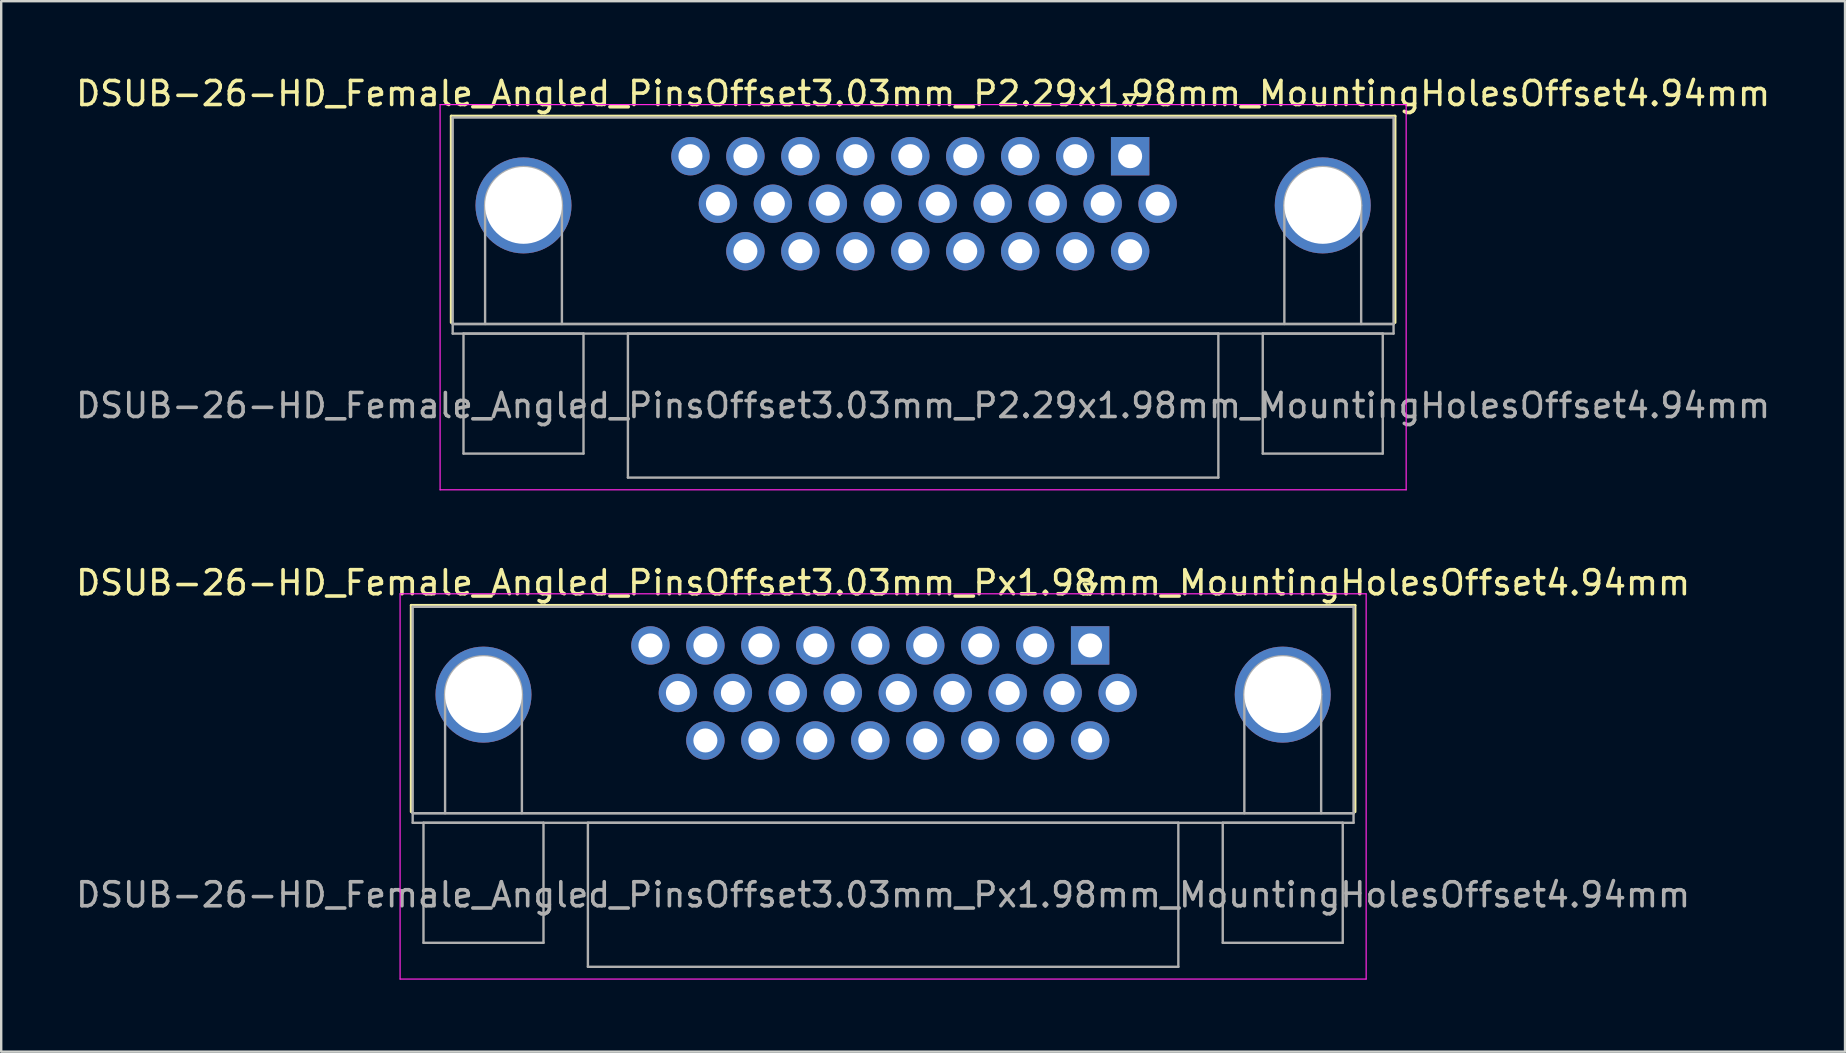
<source format=kicad_pcb>
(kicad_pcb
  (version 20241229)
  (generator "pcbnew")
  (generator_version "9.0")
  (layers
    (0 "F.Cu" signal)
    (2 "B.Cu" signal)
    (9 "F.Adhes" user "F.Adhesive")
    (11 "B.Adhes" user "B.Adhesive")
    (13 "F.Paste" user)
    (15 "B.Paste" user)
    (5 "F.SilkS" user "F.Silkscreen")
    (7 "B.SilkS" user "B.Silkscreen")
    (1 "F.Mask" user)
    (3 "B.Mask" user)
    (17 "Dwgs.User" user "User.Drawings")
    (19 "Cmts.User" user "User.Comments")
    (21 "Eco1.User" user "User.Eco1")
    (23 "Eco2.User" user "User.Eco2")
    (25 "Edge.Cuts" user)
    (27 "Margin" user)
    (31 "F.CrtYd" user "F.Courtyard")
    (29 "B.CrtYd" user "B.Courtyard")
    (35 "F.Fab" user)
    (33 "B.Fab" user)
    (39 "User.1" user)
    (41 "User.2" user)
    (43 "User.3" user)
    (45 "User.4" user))
  (footprint "DSUB-26-HD_Female_Angled_PinsOffset3.03mm_Px1.98mm_MountingHolesOffset4.94mm"
    (layer "F.Cu")
    (at 42.369 23.841)
    (property "Reference" "DSUB-26-HD_Female_Angled_PinsOffset3.03mm_Px1.98mm_MountingHolesOffset4.94mm" (at -8.625 -2.61 0) (layer "F.SilkS") (effects (font (size 1 1) (thickness 0.15))))
    (attr through_hole)
    (fp_line (start -28.285 -1.67) (end 11.035 -1.67) (stroke (width 0.12) (type solid)) (layer "F.SilkS"))
    (fp_line (start -28.285 6.93) (end -28.285 -1.67) (stroke (width 0.12) (type solid)) (layer "F.SilkS"))
    (fp_line (start -0.25 -2.564) (end 0.25 -2.564) (stroke (width 0.12) (type solid)) (layer "F.SilkS"))
    (fp_line (start 0 -2.131) (end -0.25 -2.564) (stroke (width 0.12) (type solid)) (layer "F.SilkS"))
    (fp_line (start 0.25 -2.564) (end 0 -2.131) (stroke (width 0.12) (type solid)) (layer "F.SilkS"))
    (fp_line (start 11.035 -1.67) (end 11.035 6.93) (stroke (width 0.12) (type solid)) (layer "F.SilkS"))
    (fp_line (start -28.75 -2.15) (end -28.75 13.9) (stroke (width 0.05) (type solid)) (layer "F.CrtYd"))
    (fp_line (start -28.75 13.9) (end 11.5 13.9) (stroke (width 0.05) (type solid)) (layer "F.CrtYd"))
    (fp_line (start 11.5 -2.15) (end -28.75 -2.15) (stroke (width 0.05) (type solid)) (layer "F.CrtYd"))
    (fp_line (start 11.5 13.9) (end 11.5 -2.15) (stroke (width 0.05) (type solid)) (layer "F.CrtYd"))
    (fp_line (start -28.225 -1.61) (end -28.225 6.99) (stroke (width 0.1) (type solid)) (layer "F.Fab"))
    (fp_line (start -28.225 6.99) (end -28.225 7.39) (stroke (width 0.1) (type solid)) (layer "F.Fab"))
    (fp_line (start -28.225 6.99) (end 10.975 6.99) (stroke (width 0.1) (type solid)) (layer "F.Fab"))
    (fp_line (start -28.225 7.39) (end 10.975 7.39) (stroke (width 0.1) (type solid)) (layer "F.Fab"))
    (fp_line (start -27.775 7.39) (end -27.775 12.39) (stroke (width 0.1) (type solid)) (layer "F.Fab"))
    (fp_line (start -27.775 12.39) (end -22.775 12.39) (stroke (width 0.1) (type solid)) (layer "F.Fab"))
    (fp_line (start -26.875 6.99) (end -26.875 2.05) (stroke (width 0.1) (type solid)) (layer "F.Fab"))
    (fp_line (start -23.675 6.99) (end -23.675 2.05) (stroke (width 0.1) (type solid)) (layer "F.Fab"))
    (fp_line (start -22.775 7.39) (end -27.775 7.39) (stroke (width 0.1) (type solid)) (layer "F.Fab"))
    (fp_line (start -22.775 12.39) (end -22.775 7.39) (stroke (width 0.1) (type solid)) (layer "F.Fab"))
    (fp_line (start -20.925 7.39) (end -20.925 13.39) (stroke (width 0.1) (type solid)) (layer "F.Fab"))
    (fp_line (start -20.925 13.39) (end 3.675 13.39) (stroke (width 0.1) (type solid)) (layer "F.Fab"))
    (fp_line (start 3.675 7.39) (end -20.925 7.39) (stroke (width 0.1) (type solid)) (layer "F.Fab"))
    (fp_line (start 3.675 13.39) (end 3.675 7.39) (stroke (width 0.1) (type solid)) (layer "F.Fab"))
    (fp_line (start 5.525 7.39) (end 5.525 12.39) (stroke (width 0.1) (type solid)) (layer "F.Fab"))
    (fp_line (start 5.525 12.39) (end 10.525 12.39) (stroke (width 0.1) (type solid)) (layer "F.Fab"))
    (fp_line (start 6.425 6.99) (end 6.425 2.05) (stroke (width 0.1) (type solid)) (layer "F.Fab"))
    (fp_line (start 9.625 6.99) (end 9.625 2.05) (stroke (width 0.1) (type solid)) (layer "F.Fab"))
    (fp_line (start 10.525 7.39) (end 5.525 7.39) (stroke (width 0.1) (type solid)) (layer "F.Fab"))
    (fp_line (start 10.525 12.39) (end 10.525 7.39) (stroke (width 0.1) (type solid)) (layer "F.Fab"))
    (fp_line (start 10.975 -1.61) (end -28.225 -1.61) (stroke (width 0.1) (type solid)) (layer "F.Fab"))
    (fp_line (start 10.975 6.99) (end -28.225 6.99) (stroke (width 0.1) (type solid)) (layer "F.Fab"))
    (fp_line (start 10.975 6.99) (end 10.975 -1.61) (stroke (width 0.1) (type solid)) (layer "F.Fab"))
    (fp_line (start 10.975 7.39) (end 10.975 6.99) (stroke (width 0.1) (type solid)) (layer "F.Fab"))
    (fp_arc (start -26.875 2.05) (mid -25.275 0.45) (end -23.675 2.05) (stroke (width 0.1) (type solid)) (layer "F.Fab"))
    (fp_arc (start 6.425 2.05) (mid 8.025 0.45) (end 9.625 2.05) (stroke (width 0.1) (type solid)) (layer "F.Fab"))
    (fp_text user "${REFERENCE}" (at -8.625 10.39 0) (layer "F.Fab") (effects (font (size 1 1) (thickness 0.15))))
    (pad "0" thru_hole circle (at -25.275 2.05) (size 4 4) (drill 3.2) (layers "*.Cu" "*.Mask"))
    (pad "0" thru_hole circle (at 8.025 2.05) (size 4 4) (drill 3.2) (layers "*.Cu" "*.Mask"))
    (pad "1" thru_hole rect (at 0 0) (size 1.6 1.6) (drill 1) (layers "*.Cu" "*.Mask"))
    (pad "2" thru_hole circle (at -2.29 0) (size 1.6 1.6) (drill 1) (layers "*.Cu" "*.Mask"))
    (pad "3" thru_hole circle (at -4.58 0) (size 1.6 1.6) (drill 1) (layers "*.Cu" "*.Mask"))
    (pad "4" thru_hole circle (at -6.87 0) (size 1.6 1.6) (drill 1) (layers "*.Cu" "*.Mask"))
    (pad "5" thru_hole circle (at -9.16 0) (size 1.6 1.6) (drill 1) (layers "*.Cu" "*.Mask"))
    (pad "6" thru_hole circle (at -11.45 0) (size 1.6 1.6) (drill 1) (layers "*.Cu" "*.Mask"))
    (pad "7" thru_hole circle (at -13.74 0) (size 1.6 1.6) (drill 1) (layers "*.Cu" "*.Mask"))
    (pad "8" thru_hole circle (at -16.03 0) (size 1.6 1.6) (drill 1) (layers "*.Cu" "*.Mask"))
    (pad "9" thru_hole circle (at -18.32 0) (size 1.6 1.6) (drill 1) (layers "*.Cu" "*.Mask"))
    (pad "10" thru_hole circle (at 1.145 1.98) (size 1.6 1.6) (drill 1) (layers "*.Cu" "*.Mask"))
    (pad "11" thru_hole circle (at -1.145 1.98) (size 1.6 1.6) (drill 1) (layers "*.Cu" "*.Mask"))
    (pad "12" thru_hole circle (at -3.435 1.98) (size 1.6 1.6) (drill 1) (layers "*.Cu" "*.Mask"))
    (pad "13" thru_hole circle (at -5.725 1.98) (size 1.6 1.6) (drill 1) (layers "*.Cu" "*.Mask"))
    (pad "14" thru_hole circle (at -8.015 1.98) (size 1.6 1.6) (drill 1) (layers "*.Cu" "*.Mask"))
    (pad "15" thru_hole circle (at -10.305 1.98) (size 1.6 1.6) (drill 1) (layers "*.Cu" "*.Mask"))
    (pad "16" thru_hole circle (at -12.595 1.98) (size 1.6 1.6) (drill 1) (layers "*.Cu" "*.Mask"))
    (pad "17" thru_hole circle (at -14.885 1.98) (size 1.6 1.6) (drill 1) (layers "*.Cu" "*.Mask"))
    (pad "18" thru_hole circle (at -17.175 1.98) (size 1.6 1.6) (drill 1) (layers "*.Cu" "*.Mask"))
    (pad "19" thru_hole circle (at 0 3.96) (size 1.6 1.6) (drill 1) (layers "*.Cu" "*.Mask"))
    (pad "20" thru_hole circle (at -2.29 3.96) (size 1.6 1.6) (drill 1) (layers "*.Cu" "*.Mask"))
    (pad "21" thru_hole circle (at -4.58 3.96) (size 1.6 1.6) (drill 1) (layers "*.Cu" "*.Mask"))
    (pad "22" thru_hole circle (at -6.87 3.96) (size 1.6 1.6) (drill 1) (layers "*.Cu" "*.Mask"))
    (pad "23" thru_hole circle (at -9.16 3.96) (size 1.6 1.6) (drill 1) (layers "*.Cu" "*.Mask"))
    (pad "24" thru_hole circle (at -11.45 3.96) (size 1.6 1.6) (drill 1) (layers "*.Cu" "*.Mask"))
    (pad "25" thru_hole circle (at -13.74 3.96) (size 1.6 1.6) (drill 1) (layers "*.Cu" "*.Mask"))
    (pad "26" thru_hole circle (at -16.03 3.96) (size 1.6 1.6) (drill 1) (layers "*.Cu" "*.Mask")))
  (footprint "DSUB-26-HD_Female_Angled_PinsOffset3.03mm_P2.29x1.98mm_MountingHolesOffset4.94mm"
    (layer "F.Cu")
    (at 44.036 3.458)
    (property "Reference" "DSUB-26-HD_Female_Angled_PinsOffset3.03mm_P2.29x1.98mm_MountingHolesOffset4.94mm" (at -8.625 -2.61 0) (layer "F.SilkS") (effects (font (size 1 1) (thickness 0.15))))
    (attr through_hole)
    (fp_line (start -28.285 -1.67) (end 11.035 -1.67) (stroke (width 0.12) (type solid)) (layer "F.SilkS"))
    (fp_line (start -28.285 6.93) (end -28.285 -1.67) (stroke (width 0.12) (type solid)) (layer "F.SilkS"))
    (fp_line (start -0.25 -2.564) (end 0.25 -2.564) (stroke (width 0.12) (type solid)) (layer "F.SilkS"))
    (fp_line (start 0 -2.131) (end -0.25 -2.564) (stroke (width 0.12) (type solid)) (layer "F.SilkS"))
    (fp_line (start 0.25 -2.564) (end 0 -2.131) (stroke (width 0.12) (type solid)) (layer "F.SilkS"))
    (fp_line (start 11.035 -1.67) (end 11.035 6.93) (stroke (width 0.12) (type solid)) (layer "F.SilkS"))
    (fp_line (start -28.75 -2.15) (end -28.75 13.9) (stroke (width 0.05) (type solid)) (layer "F.CrtYd"))
    (fp_line (start -28.75 13.9) (end 11.5 13.9) (stroke (width 0.05) (type solid)) (layer "F.CrtYd"))
    (fp_line (start 11.5 -2.15) (end -28.75 -2.15) (stroke (width 0.05) (type solid)) (layer "F.CrtYd"))
    (fp_line (start 11.5 13.9) (end 11.5 -2.15) (stroke (width 0.05) (type solid)) (layer "F.CrtYd"))
    (fp_line (start -28.225 -1.61) (end -28.225 6.99) (stroke (width 0.1) (type solid)) (layer "F.Fab"))
    (fp_line (start -28.225 6.99) (end -28.225 7.39) (stroke (width 0.1) (type solid)) (layer "F.Fab"))
    (fp_line (start -28.225 6.99) (end 10.975 6.99) (stroke (width 0.1) (type solid)) (layer "F.Fab"))
    (fp_line (start -28.225 7.39) (end 10.975 7.39) (stroke (width 0.1) (type solid)) (layer "F.Fab"))
    (fp_line (start -27.775 7.39) (end -27.775 12.39) (stroke (width 0.1) (type solid)) (layer "F.Fab"))
    (fp_line (start -27.775 12.39) (end -22.775 12.39) (stroke (width 0.1) (type solid)) (layer "F.Fab"))
    (fp_line (start -26.875 6.99) (end -26.875 2.05) (stroke (width 0.1) (type solid)) (layer "F.Fab"))
    (fp_line (start -23.675 6.99) (end -23.675 2.05) (stroke (width 0.1) (type solid)) (layer "F.Fab"))
    (fp_line (start -22.775 7.39) (end -27.775 7.39) (stroke (width 0.1) (type solid)) (layer "F.Fab"))
    (fp_line (start -22.775 12.39) (end -22.775 7.39) (stroke (width 0.1) (type solid)) (layer "F.Fab"))
    (fp_line (start -20.925 7.39) (end -20.925 13.39) (stroke (width 0.1) (type solid)) (layer "F.Fab"))
    (fp_line (start -20.925 13.39) (end 3.675 13.39) (stroke (width 0.1) (type solid)) (layer "F.Fab"))
    (fp_line (start 3.675 7.39) (end -20.925 7.39) (stroke (width 0.1) (type solid)) (layer "F.Fab"))
    (fp_line (start 3.675 13.39) (end 3.675 7.39) (stroke (width 0.1) (type solid)) (layer "F.Fab"))
    (fp_line (start 5.525 7.39) (end 5.525 12.39) (stroke (width 0.1) (type solid)) (layer "F.Fab"))
    (fp_line (start 5.525 12.39) (end 10.525 12.39) (stroke (width 0.1) (type solid)) (layer "F.Fab"))
    (fp_line (start 6.425 6.99) (end 6.425 2.05) (stroke (width 0.1) (type solid)) (layer "F.Fab"))
    (fp_line (start 9.625 6.99) (end 9.625 2.05) (stroke (width 0.1) (type solid)) (layer "F.Fab"))
    (fp_line (start 10.525 7.39) (end 5.525 7.39) (stroke (width 0.1) (type solid)) (layer "F.Fab"))
    (fp_line (start 10.525 12.39) (end 10.525 7.39) (stroke (width 0.1) (type solid)) (layer "F.Fab"))
    (fp_line (start 10.975 -1.61) (end -28.225 -1.61) (stroke (width 0.1) (type solid)) (layer "F.Fab"))
    (fp_line (start 10.975 6.99) (end -28.225 6.99) (stroke (width 0.1) (type solid)) (layer "F.Fab"))
    (fp_line (start 10.975 6.99) (end 10.975 -1.61) (stroke (width 0.1) (type solid)) (layer "F.Fab"))
    (fp_line (start 10.975 7.39) (end 10.975 6.99) (stroke (width 0.1) (type solid)) (layer "F.Fab"))
    (fp_arc (start -26.875 2.05) (mid -25.275 0.45) (end -23.675 2.05) (stroke (width 0.1) (type solid)) (layer "F.Fab"))
    (fp_arc (start 6.425 2.05) (mid 8.025 0.45) (end 9.625 2.05) (stroke (width 0.1) (type solid)) (layer "F.Fab"))
    (fp_text user "${REFERENCE}" (at -8.625 10.39 0) (layer "F.Fab") (effects (font (size 1 1) (thickness 0.15))))
    (pad "0" thru_hole circle (at -25.275 2.05) (size 4 4) (drill 3.2) (layers "*.Cu" "*.Mask"))
    (pad "0" thru_hole circle (at 8.025 2.05) (size 4 4) (drill 3.2) (layers "*.Cu" "*.Mask"))
    (pad "1" thru_hole rect (at 0 0) (size 1.6 1.6) (drill 1) (layers "*.Cu" "*.Mask"))
    (pad "2" thru_hole circle (at -2.29 0) (size 1.6 1.6) (drill 1) (layers "*.Cu" "*.Mask"))
    (pad "3" thru_hole circle (at -4.58 0) (size 1.6 1.6) (drill 1) (layers "*.Cu" "*.Mask"))
    (pad "4" thru_hole circle (at -6.87 0) (size 1.6 1.6) (drill 1) (layers "*.Cu" "*.Mask"))
    (pad "5" thru_hole circle (at -9.16 0) (size 1.6 1.6) (drill 1) (layers "*.Cu" "*.Mask"))
    (pad "6" thru_hole circle (at -11.45 0) (size 1.6 1.6) (drill 1) (layers "*.Cu" "*.Mask"))
    (pad "7" thru_hole circle (at -13.74 0) (size 1.6 1.6) (drill 1) (layers "*.Cu" "*.Mask"))
    (pad "8" thru_hole circle (at -16.03 0) (size 1.6 1.6) (drill 1) (layers "*.Cu" "*.Mask"))
    (pad "9" thru_hole circle (at -18.32 0) (size 1.6 1.6) (drill 1) (layers "*.Cu" "*.Mask"))
    (pad "10" thru_hole circle (at 1.145 1.98) (size 1.6 1.6) (drill 1) (layers "*.Cu" "*.Mask"))
    (pad "11" thru_hole circle (at -1.145 1.98) (size 1.6 1.6) (drill 1) (layers "*.Cu" "*.Mask"))
    (pad "12" thru_hole circle (at -3.435 1.98) (size 1.6 1.6) (drill 1) (layers "*.Cu" "*.Mask"))
    (pad "13" thru_hole circle (at -5.725 1.98) (size 1.6 1.6) (drill 1) (layers "*.Cu" "*.Mask"))
    (pad "14" thru_hole circle (at -8.015 1.98) (size 1.6 1.6) (drill 1) (layers "*.Cu" "*.Mask"))
    (pad "15" thru_hole circle (at -10.305 1.98) (size 1.6 1.6) (drill 1) (layers "*.Cu" "*.Mask"))
    (pad "16" thru_hole circle (at -12.595 1.98) (size 1.6 1.6) (drill 1) (layers "*.Cu" "*.Mask"))
    (pad "17" thru_hole circle (at -14.885 1.98) (size 1.6 1.6) (drill 1) (layers "*.Cu" "*.Mask"))
    (pad "18" thru_hole circle (at -17.175 1.98) (size 1.6 1.6) (drill 1) (layers "*.Cu" "*.Mask"))
    (pad "19" thru_hole circle (at 0 3.96) (size 1.6 1.6) (drill 1) (layers "*.Cu" "*.Mask"))
    (pad "20" thru_hole circle (at -2.29 3.96) (size 1.6 1.6) (drill 1) (layers "*.Cu" "*.Mask"))
    (pad "21" thru_hole circle (at -4.58 3.96) (size 1.6 1.6) (drill 1) (layers "*.Cu" "*.Mask"))
    (pad "22" thru_hole circle (at -6.87 3.96) (size 1.6 1.6) (drill 1) (layers "*.Cu" "*.Mask"))
    (pad "23" thru_hole circle (at -9.16 3.96) (size 1.6 1.6) (drill 1) (layers "*.Cu" "*.Mask"))
    (pad "24" thru_hole circle (at -11.45 3.96) (size 1.6 1.6) (drill 1) (layers "*.Cu" "*.Mask"))
    (pad "25" thru_hole circle (at -13.74 3.96) (size 1.6 1.6) (drill 1) (layers "*.Cu" "*.Mask"))
    (pad "26" thru_hole circle (at -16.03 3.96) (size 1.6 1.6) (drill 1) (layers "*.Cu" "*.Mask")))
  (gr_rect
    (start -3 -3)
    (end 73.821 40.767)
    (stroke (width 0.1) (type default))
    (fill no)
    (layer "Edge.Cuts")))
</source>
